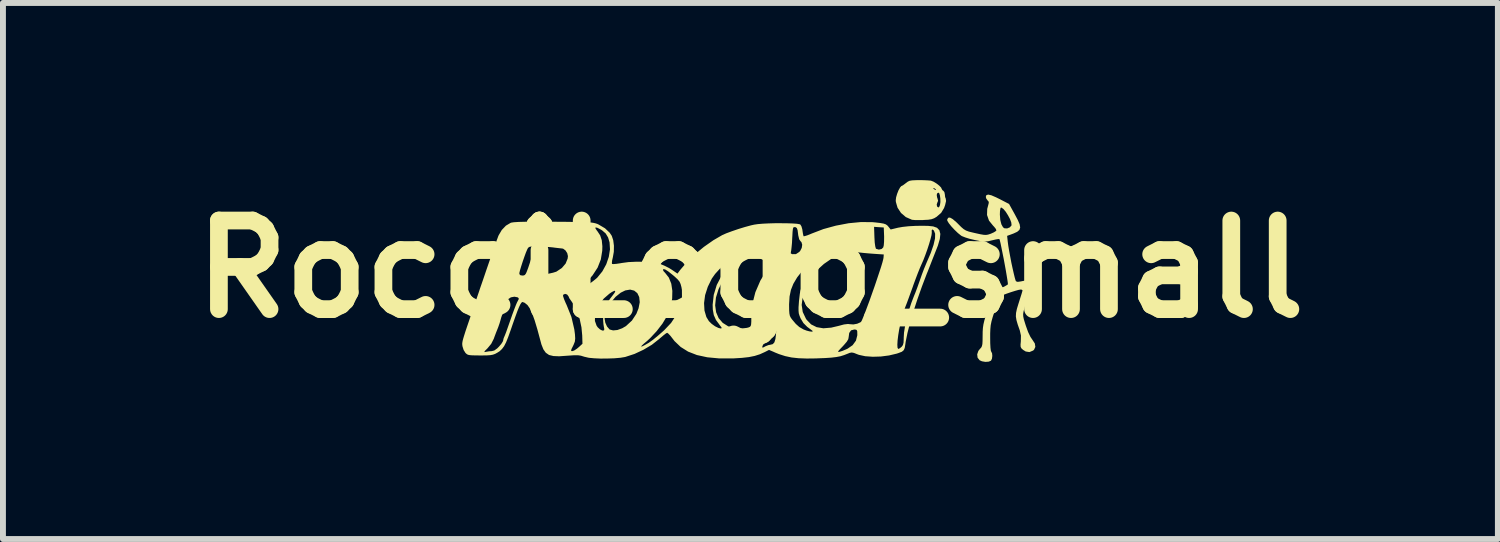
<source format=kicad_pcb>
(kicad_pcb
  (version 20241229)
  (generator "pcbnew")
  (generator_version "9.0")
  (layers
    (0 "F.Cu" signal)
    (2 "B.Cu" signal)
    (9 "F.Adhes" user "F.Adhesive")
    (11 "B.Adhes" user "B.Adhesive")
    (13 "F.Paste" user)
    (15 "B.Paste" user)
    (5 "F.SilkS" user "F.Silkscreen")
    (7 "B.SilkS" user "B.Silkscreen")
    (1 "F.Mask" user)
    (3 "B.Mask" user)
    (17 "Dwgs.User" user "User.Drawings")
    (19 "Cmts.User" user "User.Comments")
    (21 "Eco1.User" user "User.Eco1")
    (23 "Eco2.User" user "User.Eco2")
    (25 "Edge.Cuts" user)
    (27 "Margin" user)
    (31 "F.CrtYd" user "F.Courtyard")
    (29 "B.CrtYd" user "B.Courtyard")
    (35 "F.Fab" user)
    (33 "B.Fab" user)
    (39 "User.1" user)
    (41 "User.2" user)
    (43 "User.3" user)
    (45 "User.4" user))
  (footprint "RocciLogo_small"
    (layer "F.Cu")
    (at 9.657 1.506)
    (property "Reference" "RocciLogo_small" (at 0 0 0) (layer "F.SilkS") (effects (font (size 1.5 1.5) (thickness 0.3))))
    (attr board_only exclude_from_pos_files exclude_from_bom)
    (fp_poly (pts (xy 2.928 -1.505) (xy 2.998 -1.502) (xy 3.047 -1.498) (xy 3.056 -1.497) (xy 3.1 -1.48) (xy 3.151 -1.449) (xy 3.197 -1.413) (xy 3.229 -1.38) (xy 3.237 -1.362) (xy 3.251 -1.336) (xy 3.264 -1.328) (xy 3.284 -1.304) (xy 3.292 -1.267) (xy 3.297 -1.22) (xy 3.308 -1.191) (xy 3.313 -1.152) (xy 3.297 -1.084) (xy 3.279 -1.033) (xy 3.23 -0.952) (xy 3.153 -0.885) (xy 3.111 -0.86) (xy 3.067 -0.844) (xy 3.011 -0.835) (xy 2.93 -0.831) (xy 2.926 -0.83) (xy 2.85 -0.829) (xy 2.784 -0.83) (xy 2.741 -0.834) (xy 2.734 -0.835) (xy 2.632 -0.88) (xy 2.55 -0.95) (xy 2.492 -1.038) (xy 2.475 -1.095) (xy 3.155 -1.095) (xy 3.16 -1.061) (xy 3.18 -1.043) (xy 3.183 -1.042) (xy 3.2 -1.058) (xy 3.21 -1.085) (xy 3.217 -1.135) (xy 3.216 -1.193) (xy 3.209 -1.247) (xy 3.197 -1.284) (xy 3.189 -1.293) (xy 3.166 -1.287) (xy 3.155 -1.257) (xy 3.161 -1.214) (xy 3.167 -1.198) (xy 3.178 -1.156) (xy 3.166 -1.127) (xy 3.155 -1.095) (xy 2.475 -1.095) (xy 2.463 -1.138) (xy 2.461 -1.165) (xy 2.467 -1.214) (xy 2.484 -1.273) (xy 2.507 -1.332) (xy 2.525 -1.364) (xy 3.096 -1.364) (xy 3.109 -1.353) (xy 3.138 -1.337) (xy 3.142 -1.343) (xy 3.136 -1.353) (xy 3.109 -1.371) (xy 3.103 -1.371) (xy 3.096 -1.364) (xy 2.525 -1.364) (xy 2.533 -1.38) (xy 2.556 -1.406) (xy 2.563 -1.408) (xy 2.584 -1.419) (xy 2.62 -1.446) (xy 2.633 -1.456) (xy 2.665 -1.48) (xy 2.697 -1.495) (xy 2.74 -1.502) (xy 2.804 -1.505) (xy 2.849 -1.506)) (stroke (width 0) (type solid)) (fill yes) (layer "F.SilkS"))
    (fp_poly (pts (xy 4.08 -1.249) (xy 4.159 -1.215) (xy 4.226 -1.182) (xy 4.38 -1.102) (xy 4.475 -0.93) (xy 4.527 -0.832) (xy 4.559 -0.758) (xy 4.568 -0.703) (xy 4.555 -0.663) (xy 4.518 -0.631) (xy 4.458 -0.603) (xy 4.437 -0.595) (xy 4.347 -0.562) (xy 4.358 -0.459) (xy 4.367 -0.392) (xy 4.381 -0.308) (xy 4.399 -0.212) (xy 4.418 -0.111) (xy 4.439 -0.014) (xy 4.459 0.074) (xy 4.476 0.144) (xy 4.49 0.192) (xy 4.497 0.207) (xy 4.526 0.217) (xy 4.582 0.209) (xy 4.605 0.204) (xy 4.662 0.193) (xy 4.709 0.191) (xy 4.724 0.193) (xy 4.748 0.221) (xy 4.753 0.277) (xy 4.738 0.358) (xy 4.71 0.443) (xy 4.681 0.526) (xy 4.653 0.616) (xy 4.637 0.673) (xy 4.624 0.724) (xy 4.618 0.764) (xy 4.62 0.803) (xy 4.63 0.851) (xy 4.651 0.919) (xy 4.664 0.96) (xy 4.702 1.066) (xy 4.742 1.149) (xy 4.774 1.196) (xy 4.816 1.26) (xy 4.825 1.318) (xy 4.803 1.366) (xy 4.787 1.38) (xy 4.725 1.406) (xy 4.662 1.396) (xy 4.618 1.369) (xy 4.589 1.343) (xy 4.576 1.317) (xy 4.574 1.278) (xy 4.579 1.226) (xy 4.581 1.126) (xy 4.562 1.041) (xy 4.527 0.941) (xy 4.505 0.865) (xy 4.495 0.802) (xy 4.498 0.743) (xy 4.512 0.676) (xy 4.537 0.593) (xy 4.545 0.568) (xy 4.57 0.488) (xy 4.591 0.422) (xy 4.604 0.377) (xy 4.608 0.359) (xy 4.593 0.349) (xy 4.576 0.347) (xy 4.54 0.353) (xy 4.483 0.369) (xy 4.413 0.391) (xy 4.343 0.415) (xy 4.282 0.438) (xy 4.24 0.457) (xy 4.23 0.464) (xy 4.217 0.488) (xy 4.195 0.54) (xy 4.168 0.613) (xy 4.139 0.699) (xy 4.134 0.715) (xy 4.103 0.812) (xy 4.082 0.887) (xy 4.069 0.951) (xy 4.063 1.015) (xy 4.06 1.091) (xy 4.06 1.166) (xy 4.061 1.258) (xy 4.065 1.332) (xy 4.071 1.381) (xy 4.078 1.399) (xy 4.092 1.426) (xy 4.096 1.471) (xy 4.09 1.518) (xy 4.074 1.551) (xy 4.074 1.551) (xy 4.036 1.568) (xy 3.979 1.572) (xy 3.921 1.562) (xy 3.881 1.544) (xy 3.847 1.501) (xy 3.84 1.444) (xy 3.86 1.386) (xy 3.886 1.353) (xy 3.907 1.331) (xy 3.92 1.306) (xy 3.928 1.27) (xy 3.931 1.215) (xy 3.932 1.132) (xy 3.933 1.058) (xy 3.937 0.996) (xy 3.946 0.936) (xy 3.962 0.868) (xy 3.987 0.784) (xy 4.016 0.692) (xy 4.047 0.597) (xy 4.078 0.513) (xy 4.104 0.446) (xy 4.124 0.404) (xy 4.13 0.395) (xy 4.164 0.368) (xy 4.217 0.337) (xy 4.255 0.318) (xy 4.308 0.292) (xy 4.347 0.269) (xy 4.36 0.259) (xy 4.359 0.237) (xy 4.352 0.187) (xy 4.34 0.113) (xy 4.325 0.024) (xy 4.307 -0.075) (xy 4.288 -0.178) (xy 4.268 -0.277) (xy 4.25 -0.366) (xy 4.235 -0.439) (xy 4.223 -0.488) (xy 4.216 -0.508) (xy 4.196 -0.508) (xy 4.15 -0.5) (xy 4.089 -0.486) (xy 4.032 -0.472) (xy 3.986 -0.466) (xy 3.94 -0.467) (xy 3.883 -0.475) (xy 3.802 -0.491) (xy 3.794 -0.493) (xy 3.713 -0.512) (xy 3.639 -0.535) (xy 3.586 -0.556) (xy 3.569 -0.565) (xy 3.512 -0.611) (xy 3.454 -0.667) (xy 3.401 -0.724) (xy 3.359 -0.777) (xy 3.335 -0.817) (xy 3.331 -0.834) (xy 3.348 -0.868) (xy 3.379 -0.872) (xy 3.427 -0.845) (xy 3.493 -0.788) (xy 3.517 -0.764) (xy 3.57 -0.711) (xy 3.611 -0.676) (xy 3.651 -0.652) (xy 3.7 -0.634) (xy 3.77 -0.617) (xy 3.809 -0.608) (xy 3.891 -0.59) (xy 3.948 -0.58) (xy 3.989 -0.578) (xy 4.023 -0.583) (xy 4.061 -0.595) (xy 4.072 -0.599) (xy 4.123 -0.622) (xy 4.157 -0.644) (xy 4.165 -0.653) (xy 4.157 -0.678) (xy 4.128 -0.715) (xy 4.108 -0.736) (xy 4.04 -0.82) (xy 4.007 -0.915) (xy 4.007 -0.923) (xy 4.224 -0.923) (xy 4.231 -0.831) (xy 4.25 -0.757) (xy 4.278 -0.707) (xy 4.302 -0.69) (xy 4.348 -0.688) (xy 4.392 -0.706) (xy 4.42 -0.737) (xy 4.422 -0.745) (xy 4.417 -0.789) (xy 4.395 -0.848) (xy 4.361 -0.911) (xy 4.323 -0.971) (xy 4.284 -1.017) (xy 4.25 -1.041) (xy 4.242 -1.042) (xy 4.233 -1.026) (xy 4.226 -0.981) (xy 4.224 -0.923) (xy 4.007 -0.923) (xy 4.01 -1.019) (xy 4.026 -1.079) (xy 4.037 -1.123) (xy 4.031 -1.148) (xy 4.017 -1.161) (xy 3.992 -1.197) (xy 3.986 -1.223) (xy 3.996 -1.252) (xy 4.027 -1.261)) (stroke (width 0) (type solid)) (fill yes) (layer "F.SilkS"))
    (fp_poly (pts (xy -3.472 -0.802) (xy -3.319 -0.801) (xy -3.146 -0.8) (xy -3.006 -0.798) (xy -2.894 -0.796) (xy -2.807 -0.794) (xy -2.74 -0.791) (xy -2.69 -0.787) (xy -2.652 -0.781) (xy -2.622 -0.774) (xy -2.597 -0.766) (xy -2.572 -0.755) (xy -2.569 -0.753) (xy -2.462 -0.69) (xy -2.382 -0.614) (xy -2.348 -0.563) (xy -2.323 -0.488) (xy -2.311 -0.394) (xy -2.313 -0.292) (xy -2.329 -0.201) (xy -2.342 -0.144) (xy -2.346 -0.102) (xy -2.343 -0.087) (xy -2.321 -0.084) (xy -2.271 -0.088) (xy -2.204 -0.098) (xy -2.176 -0.103) (xy -2.064 -0.118) (xy -1.935 -0.124) (xy -1.803 -0.123) (xy -1.678 -0.114) (xy -1.572 -0.097) (xy -1.524 -0.085) (xy -1.454 -0.056) (xy -1.377 -0.017) (xy -1.332 0.011) (xy -1.235 0.077) (xy -1.189 0.015) (xy -1.077 -0.116) (xy -0.94 -0.25) (xy -0.787 -0.376) (xy -0.627 -0.488) (xy -0.477 -0.575) (xy -0.407 -0.606) (xy -0.312 -0.641) (xy -0.204 -0.678) (xy -0.093 -0.712) (xy 0.01 -0.74) (xy 0.064 -0.752) (xy 0.125 -0.761) (xy 0.208 -0.768) (xy 0.307 -0.773) (xy 0.413 -0.776) (xy 0.522 -0.776) (xy 0.625 -0.775) (xy 0.716 -0.772) (xy 0.787 -0.767) (xy 0.833 -0.759) (xy 0.845 -0.754) (xy 0.864 -0.723) (xy 0.879 -0.671) (xy 0.882 -0.648) (xy 0.89 -0.596) (xy 0.898 -0.562) (xy 0.901 -0.555) (xy 0.921 -0.558) (xy 0.966 -0.572) (xy 1.026 -0.596) (xy 1.037 -0.601) (xy 1.236 -0.677) (xy 1.374 -0.715) (xy 2.094 -0.715) (xy 2.1 -0.536) (xy 2.105 -0.448) (xy 2.114 -0.384) (xy 2.124 -0.348) (xy 2.128 -0.343) (xy 2.175 -0.329) (xy 2.222 -0.34) (xy 2.249 -0.366) (xy 2.258 -0.401) (xy 2.263 -0.462) (xy 2.264 -0.536) (xy 2.264 -0.553) (xy 2.258 -0.704) (xy 2.176 -0.709) (xy 2.094 -0.715) (xy 1.374 -0.715) (xy 1.448 -0.735) (xy 1.664 -0.776) (xy 1.873 -0.796) (xy 2.066 -0.794) (xy 2.112 -0.79) (xy 2.197 -0.78) (xy 2.254 -0.77) (xy 2.29 -0.758) (xy 2.316 -0.741) (xy 2.335 -0.72) (xy 2.375 -0.67) (xy 2.499 -0.7) (xy 2.579 -0.714) (xy 2.681 -0.725) (xy 2.795 -0.731) (xy 2.908 -0.733) (xy 3.01 -0.731) (xy 3.088 -0.723) (xy 3.095 -0.722) (xy 3.16 -0.699) (xy 3.2 -0.657) (xy 3.216 -0.595) (xy 3.207 -0.509) (xy 3.175 -0.399) (xy 3.156 -0.35) (xy 3.126 -0.274) (xy 3.087 -0.175) (xy 3.044 -0.065) (xy 3.001 0.045) (xy 2.989 0.073) (xy 2.903 0.299) (xy 2.826 0.517) (xy 2.758 0.724) (xy 2.702 0.915) (xy 2.659 1.084) (xy 2.63 1.227) (xy 2.623 1.275) (xy 2.613 1.336) (xy 2.596 1.374) (xy 2.565 1.4) (xy 2.511 1.421) (xy 2.478 1.432) (xy 2.347 1.463) (xy 2.208 1.481) (xy 2.071 1.485) (xy 1.944 1.476) (xy 1.838 1.453) (xy 1.808 1.442) (xy 1.753 1.42) (xy 1.716 1.413) (xy 1.682 1.419) (xy 1.65 1.432) (xy 1.586 1.457) (xy 1.522 1.477) (xy 1.453 1.49) (xy 1.369 1.5) (xy 1.265 1.507) (xy 1.131 1.512) (xy 1.122 1.513) (xy 0.955 1.515) (xy 0.815 1.51) (xy 0.696 1.497) (xy 0.589 1.474) (xy 0.486 1.441) (xy 0.419 1.414) (xy 0.393 1.402) (xy 1.485 1.402) (xy 1.5 1.403) (xy 1.513 1.4) (xy 1.56 1.385) (xy 1.62 1.36) (xy 1.646 1.348) (xy 1.731 1.289) (xy 1.736 1.282) (xy 2.488 1.282) (xy 2.491 1.332) (xy 2.503 1.353) (xy 2.505 1.353) (xy 2.53 1.341) (xy 2.561 1.316) (xy 2.582 1.287) (xy 2.593 1.246) (xy 2.596 1.184) (xy 2.596 1.165) (xy 2.601 1.076) (xy 2.619 0.963) (xy 2.647 0.836) (xy 2.683 0.702) (xy 2.725 0.573) (xy 2.766 0.466) (xy 2.794 0.398) (xy 2.827 0.31) (xy 2.86 0.217) (xy 2.872 0.183) (xy 2.904 0.091) (xy 2.94 -0.004) (xy 2.974 -0.086) (xy 2.984 -0.11) (xy 3.054 -0.273) (xy 3.101 -0.409) (xy 3.126 -0.518) (xy 3.128 -0.598) (xy 3.108 -0.65) (xy 3.1 -0.658) (xy 3.079 -0.671) (xy 3.07 -0.657) (xy 3.071 -0.613) (xy 3.071 -0.611) (xy 3.066 -0.572) (xy 3.05 -0.508) (xy 3.026 -0.425) (xy 2.996 -0.333) (xy 2.962 -0.238) (xy 2.928 -0.15) (xy 2.898 -0.082) (xy 2.869 -0.016) (xy 2.833 0.074) (xy 2.794 0.177) (xy 2.756 0.28) (xy 2.752 0.293) (xy 2.716 0.392) (xy 2.681 0.489) (xy 2.65 0.573) (xy 2.626 0.634) (xy 2.623 0.642) (xy 2.593 0.723) (xy 2.566 0.817) (xy 2.541 0.919) (xy 2.519 1.023) (xy 2.503 1.121) (xy 2.492 1.21) (xy 2.488 1.282) (xy 1.736 1.282) (xy 1.787 1.212) (xy 1.81 1.121) (xy 1.81 1.104) (xy 1.809 1.054) (xy 1.799 1.031) (xy 1.774 1.024) (xy 1.756 1.024) (xy 1.704 1.038) (xy 1.673 1.082) (xy 1.664 1.15) (xy 1.657 1.188) (xy 1.632 1.23) (xy 1.585 1.285) (xy 1.563 1.309) (xy 1.514 1.36) (xy 1.489 1.389) (xy 1.485 1.402) (xy 0.393 1.402) (xy 0.315 1.369) (xy 0.244 1.405) (xy 0.16 1.443) (xy 0.072 1.471) (xy -0.027 1.491) (xy -0.144 1.504) (xy -0.29 1.513) (xy -0.297 1.513) (xy -0.529 1.513) (xy -0.731 1.494) (xy -0.906 1.456) (xy -1.055 1.398) (xy -1.165 1.329) (xy 0.2 1.329) (xy 0.219 1.327) (xy 0.256 1.307) (xy 0.304 1.288) (xy 0.341 1.281) (xy 0.379 1.271) (xy 0.406 1.241) (xy 0.423 1.185) (xy 0.432 1.113) (xy 0.437 1.045) (xy 0.433 1.001) (xy 0.419 0.968) (xy 0.407 0.952) (xy 0.379 0.923) (xy 0.351 0.918) (xy 0.315 0.931) (xy 0.284 0.946) (xy 0.267 0.964) (xy 0.261 0.997) (xy 0.261 1.054) (xy 0.261 1.067) (xy 0.257 1.158) (xy 0.237 1.232) (xy 0.226 1.257) (xy 0.203 1.307) (xy 0.2 1.329) (xy -1.165 1.329) (xy -1.18 1.32) (xy -1.285 1.22) (xy -1.316 1.18) (xy -1.356 1.129) (xy -1.39 1.093) (xy -1.41 1.079) (xy -1.41 1.079) (xy -1.432 1.091) (xy -1.472 1.122) (xy -1.525 1.167) (xy -1.552 1.19) (xy -1.669 1.282) (xy -1.81 1.366) (xy -1.962 1.437) (xy -2.112 1.486) (xy -2.122 1.489) (xy -2.2 1.502) (xy -2.302 1.511) (xy -2.418 1.515) (xy -2.536 1.516) (xy -2.645 1.511) (xy -2.732 1.503) (xy -2.752 1.499) (xy -2.812 1.485) (xy -2.864 1.469) (xy -2.871 1.467) (xy -2.916 1.46) (xy -2.992 1.46) (xy -3.095 1.467) (xy -3.109 1.468) (xy -3.238 1.477) (xy -3.336 1.473) (xy -3.41 1.455) (xy -3.465 1.417) (xy -3.506 1.359) (xy -3.539 1.276) (xy -3.557 1.209) (xy -3.608 1.02) (xy -3.654 0.867) (xy -3.697 0.748) (xy -3.738 0.663) (xy -3.775 0.61) (xy -3.776 0.609) (xy -3.823 0.571) (xy -3.859 0.558) (xy -3.865 0.559) (xy -3.879 0.571) (xy -3.897 0.599) (xy -3.919 0.646) (xy -3.947 0.715) (xy -3.982 0.811) (xy -4.026 0.936) (xy -4.059 1.032) (xy -4.101 1.15) (xy -4.137 1.24) (xy -4.171 1.306) (xy -4.207 1.354) (xy -4.246 1.391) (xy -4.287 1.417) (xy -4.324 1.437) (xy -4.361 1.45) (xy -4.405 1.458) (xy -4.466 1.462) (xy -4.554 1.463) (xy -4.575 1.463) (xy -4.666 1.462) (xy -4.728 1.46) (xy -4.769 1.455) (xy -4.796 1.445) (xy -4.816 1.429) (xy -4.826 1.419) (xy -4.837 1.401) (xy -4.506 1.401) (xy -4.499 1.406) (xy -4.48 1.402) (xy -4.426 1.393) (xy -4.381 1.39) (xy -4.337 1.379) (xy -4.288 1.344) (xy -4.258 1.314) (xy -4.219 1.268) (xy -4.194 1.229) (xy -4.188 1.213) (xy -4.18 1.176) (xy -4.172 1.156) (xy -4.157 1.121) (xy -4.136 1.067) (xy -4.124 1.033) (xy -4.072 0.885) (xy -4.031 0.768) (xy -3.998 0.679) (xy -3.973 0.614) (xy -3.954 0.569) (xy -3.94 0.542) (xy -3.937 0.536) (xy -3.921 0.505) (xy -3.93 0.487) (xy -3.944 0.478) (xy -3.997 0.468) (xy -4.056 0.479) (xy -4.101 0.509) (xy -4.121 0.545) (xy -4.143 0.599) (xy -4.15 0.622) (xy -4.17 0.686) (xy -4.192 0.745) (xy -4.198 0.759) (xy -4.219 0.818) (xy -4.233 0.869) (xy -4.248 0.92) (xy -4.27 0.983) (xy -4.279 1.006) (xy -4.307 1.076) (xy -4.336 1.153) (xy -4.345 1.179) (xy -4.389 1.266) (xy -4.452 1.342) (xy -4.492 1.382) (xy -4.506 1.401) (xy -4.837 1.401) (xy -4.856 1.371) (xy -4.875 1.311) (xy -4.876 1.305) (xy -4.879 1.285) (xy -4.88 1.266) (xy -4.878 1.244) (xy -4.873 1.215) (xy -4.863 1.177) (xy -4.847 1.124) (xy -4.825 1.054) (xy -4.794 0.962) (xy -4.754 0.845) (xy -4.704 0.698) (xy -4.675 0.613) (xy -4.616 0.44) (xy -3.173 0.44) (xy -3.171 0.463) (xy -3.155 0.511) (xy -3.128 0.575) (xy -3.112 0.609) (xy -3.031 0.811) (xy -2.982 1.022) (xy -2.971 1.106) (xy -2.967 1.176) (xy -2.973 1.229) (xy -2.994 1.282) (xy -3.004 1.303) (xy -3.029 1.353) (xy -3.037 1.379) (xy -3.03 1.389) (xy -3.015 1.39) (xy -2.982 1.378) (xy -2.937 1.348) (xy -2.912 1.327) (xy -2.897 1.314) (xy -1.85 1.314) (xy -1.83 1.308) (xy -1.788 1.287) (xy -1.72 1.248) (xy -1.645 1.194) (xy -1.557 1.121) (xy -1.46 1.036) (xy -1.343 0.912) (xy -1.253 0.776) (xy -1.191 0.635) (xy -1.178 0.576) (xy -0.785 0.576) (xy -0.778 0.702) (xy -0.746 0.812) (xy -0.703 0.882) (xy -0.656 0.928) (xy -0.599 0.969) (xy -0.542 0.997) (xy -0.506 1.006) (xy -0.487 1.002) (xy -0.49 0.988) (xy -0.516 0.954) (xy -0.52 0.948) (xy -0.583 0.863) (xy -0.62 0.78) (xy -0.637 0.685) (xy -0.639 0.614) (xy -0.597 0.614) (xy -0.581 0.731) (xy -0.538 0.831) (xy -0.469 0.911) (xy -0.377 0.969) (xy -0.263 1) (xy -0.189 1.005) (xy -0.12 1.003) (xy -0.06 0.996) (xy -0.03 0.988) (xy -0.008 0.978) (xy 0.005 0.963) (xy 0.012 0.936) (xy 0.015 0.888) (xy 0.015 0.811) (xy 0.015 0.801) (xy 0.031 0.614) (xy 0.655 0.614) (xy 0.656 0.697) (xy 0.66 0.753) (xy 0.668 0.792) (xy 0.684 0.824) (xy 0.704 0.852) (xy 0.768 0.928) (xy 0.827 0.981) (xy 0.895 1.02) (xy 0.905 1.025) (xy 0.953 1.043) (xy 1 1.055) (xy 1.037 1.06) (xy 1.056 1.056) (xy 1.051 1.046) (xy 1.026 1.027) (xy 0.985 0.996) (xy 0.962 0.979) (xy 0.897 0.914) (xy 0.849 0.834) (xy 0.831 0.789) (xy 0.819 0.75) (xy 0.815 0.705) (xy 0.815 0.646) (xy 0.818 0.607) (xy 0.868 0.607) (xy 0.886 0.727) (xy 0.939 0.839) (xy 0.953 0.86) (xy 1.028 0.937) (xy 1.122 0.984) (xy 1.235 1.003) (xy 1.368 0.992) (xy 1.491 0.963) (xy 1.585 0.938) (xy 1.651 0.93) (xy 1.687 0.934) (xy 1.743 0.938) (xy 1.808 0.926) (xy 1.862 0.902) (xy 1.873 0.894) (xy 1.887 0.87) (xy 1.91 0.816) (xy 1.941 0.738) (xy 1.977 0.642) (xy 2.018 0.532) (xy 2.06 0.413) (xy 2.103 0.292) (xy 2.143 0.173) (xy 2.18 0.062) (xy 2.212 -0.035) (xy 2.236 -0.115) (xy 2.25 -0.17) (xy 2.254 -0.192) (xy 2.258 -0.247) (xy 2.094 -0.258) (xy 2.004 -0.265) (xy 1.915 -0.273) (xy 1.842 -0.281) (xy 1.828 -0.283) (xy 1.683 -0.285) (xy 1.535 -0.252) (xy 1.387 -0.185) (xy 1.245 -0.087) (xy 1.16 -0.01) (xy 1.048 0.117) (xy 0.964 0.256) (xy 0.903 0.414) (xy 0.885 0.477) (xy 0.868 0.607) (xy 0.818 0.607) (xy 0.821 0.562) (xy 0.822 0.546) (xy 0.837 0.416) (xy 0.862 0.309) (xy 0.903 0.21) (xy 0.964 0.109) (xy 1.01 0.044) (xy 1.103 -0.066) (xy 1.208 -0.158) (xy 1.335 -0.239) (xy 1.381 -0.264) (xy 1.442 -0.297) (xy 1.474 -0.316) (xy 1.479 -0.324) (xy 1.459 -0.324) (xy 1.441 -0.322) (xy 1.394 -0.31) (xy 1.326 -0.286) (xy 1.249 -0.254) (xy 1.222 -0.241) (xy 1.058 -0.143) (xy 0.914 -0.015) (xy 0.791 0.142) (xy 0.727 0.25) (xy 0.686 0.353) (xy 0.663 0.464) (xy 0.655 0.595) (xy 0.655 0.614) (xy 0.031 0.614) (xy 0.032 0.595) (xy 0.084 0.392) (xy 0.169 0.195) (xy 0.284 0.008) (xy 0.409 -0.142) (xy 0.459 -0.2) (xy 0.481 -0.24) (xy 0.471 -0.265) (xy 0.467 -0.266) (xy 0.683 -0.266) (xy 0.707 -0.252) (xy 0.771 -0.253) (xy 0.826 -0.289) (xy 0.842 -0.306) (xy 0.869 -0.358) (xy 0.877 -0.412) (xy 0.864 -0.456) (xy 0.848 -0.472) (xy 0.826 -0.504) (xy 0.81 -0.571) (xy 0.807 -0.596) (xy 0.799 -0.658) (xy 0.787 -0.692) (xy 0.769 -0.707) (xy 0.756 -0.71) (xy 0.738 -0.71) (xy 0.726 -0.702) (xy 0.719 -0.678) (xy 0.714 -0.632) (xy 0.71 -0.558) (xy 0.708 -0.527) (xy 0.704 -0.443) (xy 0.697 -0.37) (xy 0.691 -0.317) (xy 0.687 -0.299) (xy 0.683 -0.266) (xy 0.467 -0.266) (xy 0.429 -0.28) (xy 0.352 -0.288) (xy 0.341 -0.289) (xy 0.185 -0.281) (xy 0.032 -0.24) (xy -0.115 -0.168) (xy -0.25 -0.068) (xy -0.371 0.057) (xy -0.473 0.204) (xy -0.54 0.342) (xy -0.584 0.483) (xy -0.597 0.614) (xy -0.639 0.614) (xy -0.64 0.609) (xy -0.621 0.437) (xy -0.57 0.269) (xy -0.488 0.112) (xy -0.38 -0.029) (xy -0.248 -0.148) (xy -0.208 -0.176) (xy -0.149 -0.217) (xy -0.121 -0.242) (xy -0.125 -0.25) (xy -0.161 -0.242) (xy -0.184 -0.235) (xy -0.29 -0.185) (xy -0.4 -0.111) (xy -0.506 -0.018) (xy -0.598 0.083) (xy -0.654 0.162) (xy -0.722 0.301) (xy -0.767 0.441) (xy -0.785 0.576) (xy -1.178 0.576) (xy -1.159 0.492) (xy -1.16 0.353) (xy -1.168 0.306) (xy -1.182 0.254) (xy -1.2 0.214) (xy -1.231 0.176) (xy -1.28 0.13) (xy -1.312 0.103) (xy -1.39 0.041) (xy -1.443 0.007) (xy -1.474 0.001) (xy -1.481 0.015) (xy -1.469 0.038) (xy -1.443 0.066) (xy -1.381 0.145) (xy -1.34 0.248) (xy -1.322 0.369) (xy -1.325 0.5) (xy -1.351 0.635) (xy -1.4 0.77) (xy -1.415 0.8) (xy -1.49 0.925) (xy -1.588 1.052) (xy -1.697 1.169) (xy -1.749 1.217) (xy -1.811 1.269) (xy -1.844 1.301) (xy -1.85 1.314) (xy -2.897 1.314) (xy -2.844 1.265) (xy -2.848 1.125) (xy -2.861 0.987) (xy -2.884 0.879) (xy -2.633 0.879) (xy -2.605 0.958) (xy -2.586 0.986) (xy -2.547 1.022) (xy -2.509 1.041) (xy -2.502 1.042) (xy -2.479 1.038) (xy -2.474 1.017) (xy -2.481 0.983) (xy -2.489 0.931) (xy -2.494 0.861) (xy -2.494 0.842) (xy -2.469 0.842) (xy -2.457 0.909) (xy -2.428 0.973) (xy -2.388 1.019) (xy -2.382 1.024) (xy -2.325 1.039) (xy -2.252 1.032) (xy -2.172 1.003) (xy -2.108 0.966) (xy -2.006 0.872) (xy -1.931 0.758) (xy -1.894 0.664) (xy -1.874 0.561) (xy -1.883 0.474) (xy -1.915 0.408) (xy -1.968 0.365) (xy -2.037 0.348) (xy -2.119 0.362) (xy -2.196 0.4) (xy -2.283 0.47) (xy -2.36 0.561) (xy -2.42 0.662) (xy -2.458 0.764) (xy -2.469 0.842) (xy -2.494 0.842) (xy -2.494 0.813) (xy -2.481 0.709) (xy -2.444 0.609) (xy -2.379 0.506) (xy -2.338 0.453) (xy -2.299 0.401) (xy -2.288 0.372) (xy -2.304 0.368) (xy -2.346 0.389) (xy -2.389 0.418) (xy -2.482 0.499) (xy -2.554 0.592) (xy -2.605 0.69) (xy -2.632 0.787) (xy -2.633 0.879) (xy -2.884 0.879) (xy -2.89 0.849) (xy -2.932 0.721) (xy -2.984 0.612) (xy -3.035 0.539) (xy -3.066 0.495) (xy -3.08 0.462) (xy -3.104 0.431) (xy -3.139 0.42) (xy -3.17 0.435) (xy -3.173 0.44) (xy -4.616 0.44) (xy -4.596 0.382) (xy -4.577 0.324) (xy -2.871 0.324) (xy -2.858 0.325) (xy -2.823 0.309) (xy -2.774 0.28) (xy -2.717 0.243) (xy -2.661 0.202) (xy -2.613 0.163) (xy -2.593 0.145) (xy -2.507 0.039) (xy -2.441 -0.081) (xy -2.398 -0.207) (xy -2.378 -0.334) (xy -2.385 -0.452) (xy -2.41 -0.535) (xy -2.451 -0.603) (xy -2.51 -0.654) (xy -2.532 -0.668) (xy -2.59 -0.698) (xy -2.622 -0.706) (xy -2.625 -0.69) (xy -2.601 -0.653) (xy -2.591 -0.641) (xy -2.544 -0.57) (xy -2.517 -0.488) (xy -2.507 -0.386) (xy -2.509 -0.31) (xy -2.533 -0.163) (xy -2.587 -0.025) (xy -2.673 0.107) (xy -2.755 0.2) (xy -2.806 0.253) (xy -2.846 0.295) (xy -2.868 0.32) (xy -2.871 0.324) (xy -4.577 0.324) (xy -4.528 0.183) (xy -4.492 0.077) (xy -3.913 0.077) (xy -3.902 0.102) (xy -3.865 0.11) (xy -3.86 0.11) (xy -3.838 0.108) (xy -3.82 0.1) (xy -3.804 0.08) (xy -3.79 0.051) (xy -3.71 0.051) (xy -3.707 0.08) (xy -3.693 0.096) (xy -3.689 0.098) (xy -3.673 0.104) (xy -3.656 0.107) (xy -3.631 0.106) (xy -3.588 0.102) (xy -3.52 0.094) (xy -3.494 0.091) (xy -3.415 0.078) (xy -3.343 0.062) (xy -3.292 0.046) (xy -3.284 0.043) (xy -3.193 -0.018) (xy -3.129 -0.093) (xy -3.095 -0.177) (xy -3.09 -0.219) (xy -3.102 -0.27) (xy -3.132 -0.316) (xy -3.17 -0.344) (xy -3.186 -0.348) (xy -3.215 -0.351) (xy -3.269 -0.357) (xy -3.335 -0.365) (xy -3.337 -0.366) (xy -3.411 -0.373) (xy -3.479 -0.375) (xy -3.523 -0.373) (xy -3.549 -0.366) (xy -3.569 -0.353) (xy -3.587 -0.327) (xy -3.607 -0.283) (xy -3.633 -0.212) (xy -3.647 -0.172) (xy -3.68 -0.071) (xy -3.701 0.002) (xy -3.71 0.051) (xy -3.79 0.051) (xy -3.787 0.043) (xy -3.764 -0.018) (xy -3.734 -0.108) (xy -3.732 -0.114) (xy -3.704 -0.2) (xy -3.681 -0.275) (xy -3.664 -0.33) (xy -3.657 -0.36) (xy -3.657 -0.361) (xy -3.672 -0.379) (xy -3.705 -0.383) (xy -3.743 -0.375) (xy -3.765 -0.359) (xy -3.78 -0.33) (xy -3.803 -0.276) (xy -3.829 -0.204) (xy -3.856 -0.126) (xy -3.881 -0.048) (xy -3.901 0.018) (xy -3.912 0.064) (xy -3.913 0.077) (xy -4.492 0.077) (xy -4.471 0.015) (xy -4.422 -0.127) (xy -4.381 -0.245) (xy -4.348 -0.34) (xy -4.321 -0.416) (xy -4.3 -0.475) (xy -4.283 -0.52) (xy -4.271 -0.553) (xy -4.263 -0.572) (xy -4.21 -0.662) (xy -4.14 -0.735) (xy -4.061 -0.782) (xy -4.045 -0.787) (xy -4.003 -0.793) (xy -3.925 -0.798) (xy -3.81 -0.801) (xy -3.659 -0.802)) (stroke (width 0) (type solid)) (fill yes) (layer "F.SilkS")))
  (gr_rect
    (start -3 -3)
    (end 22.314 6.077)
    (stroke (width 0.1) (type default))
    (fill no)
    (layer "Edge.Cuts")))
</source>
